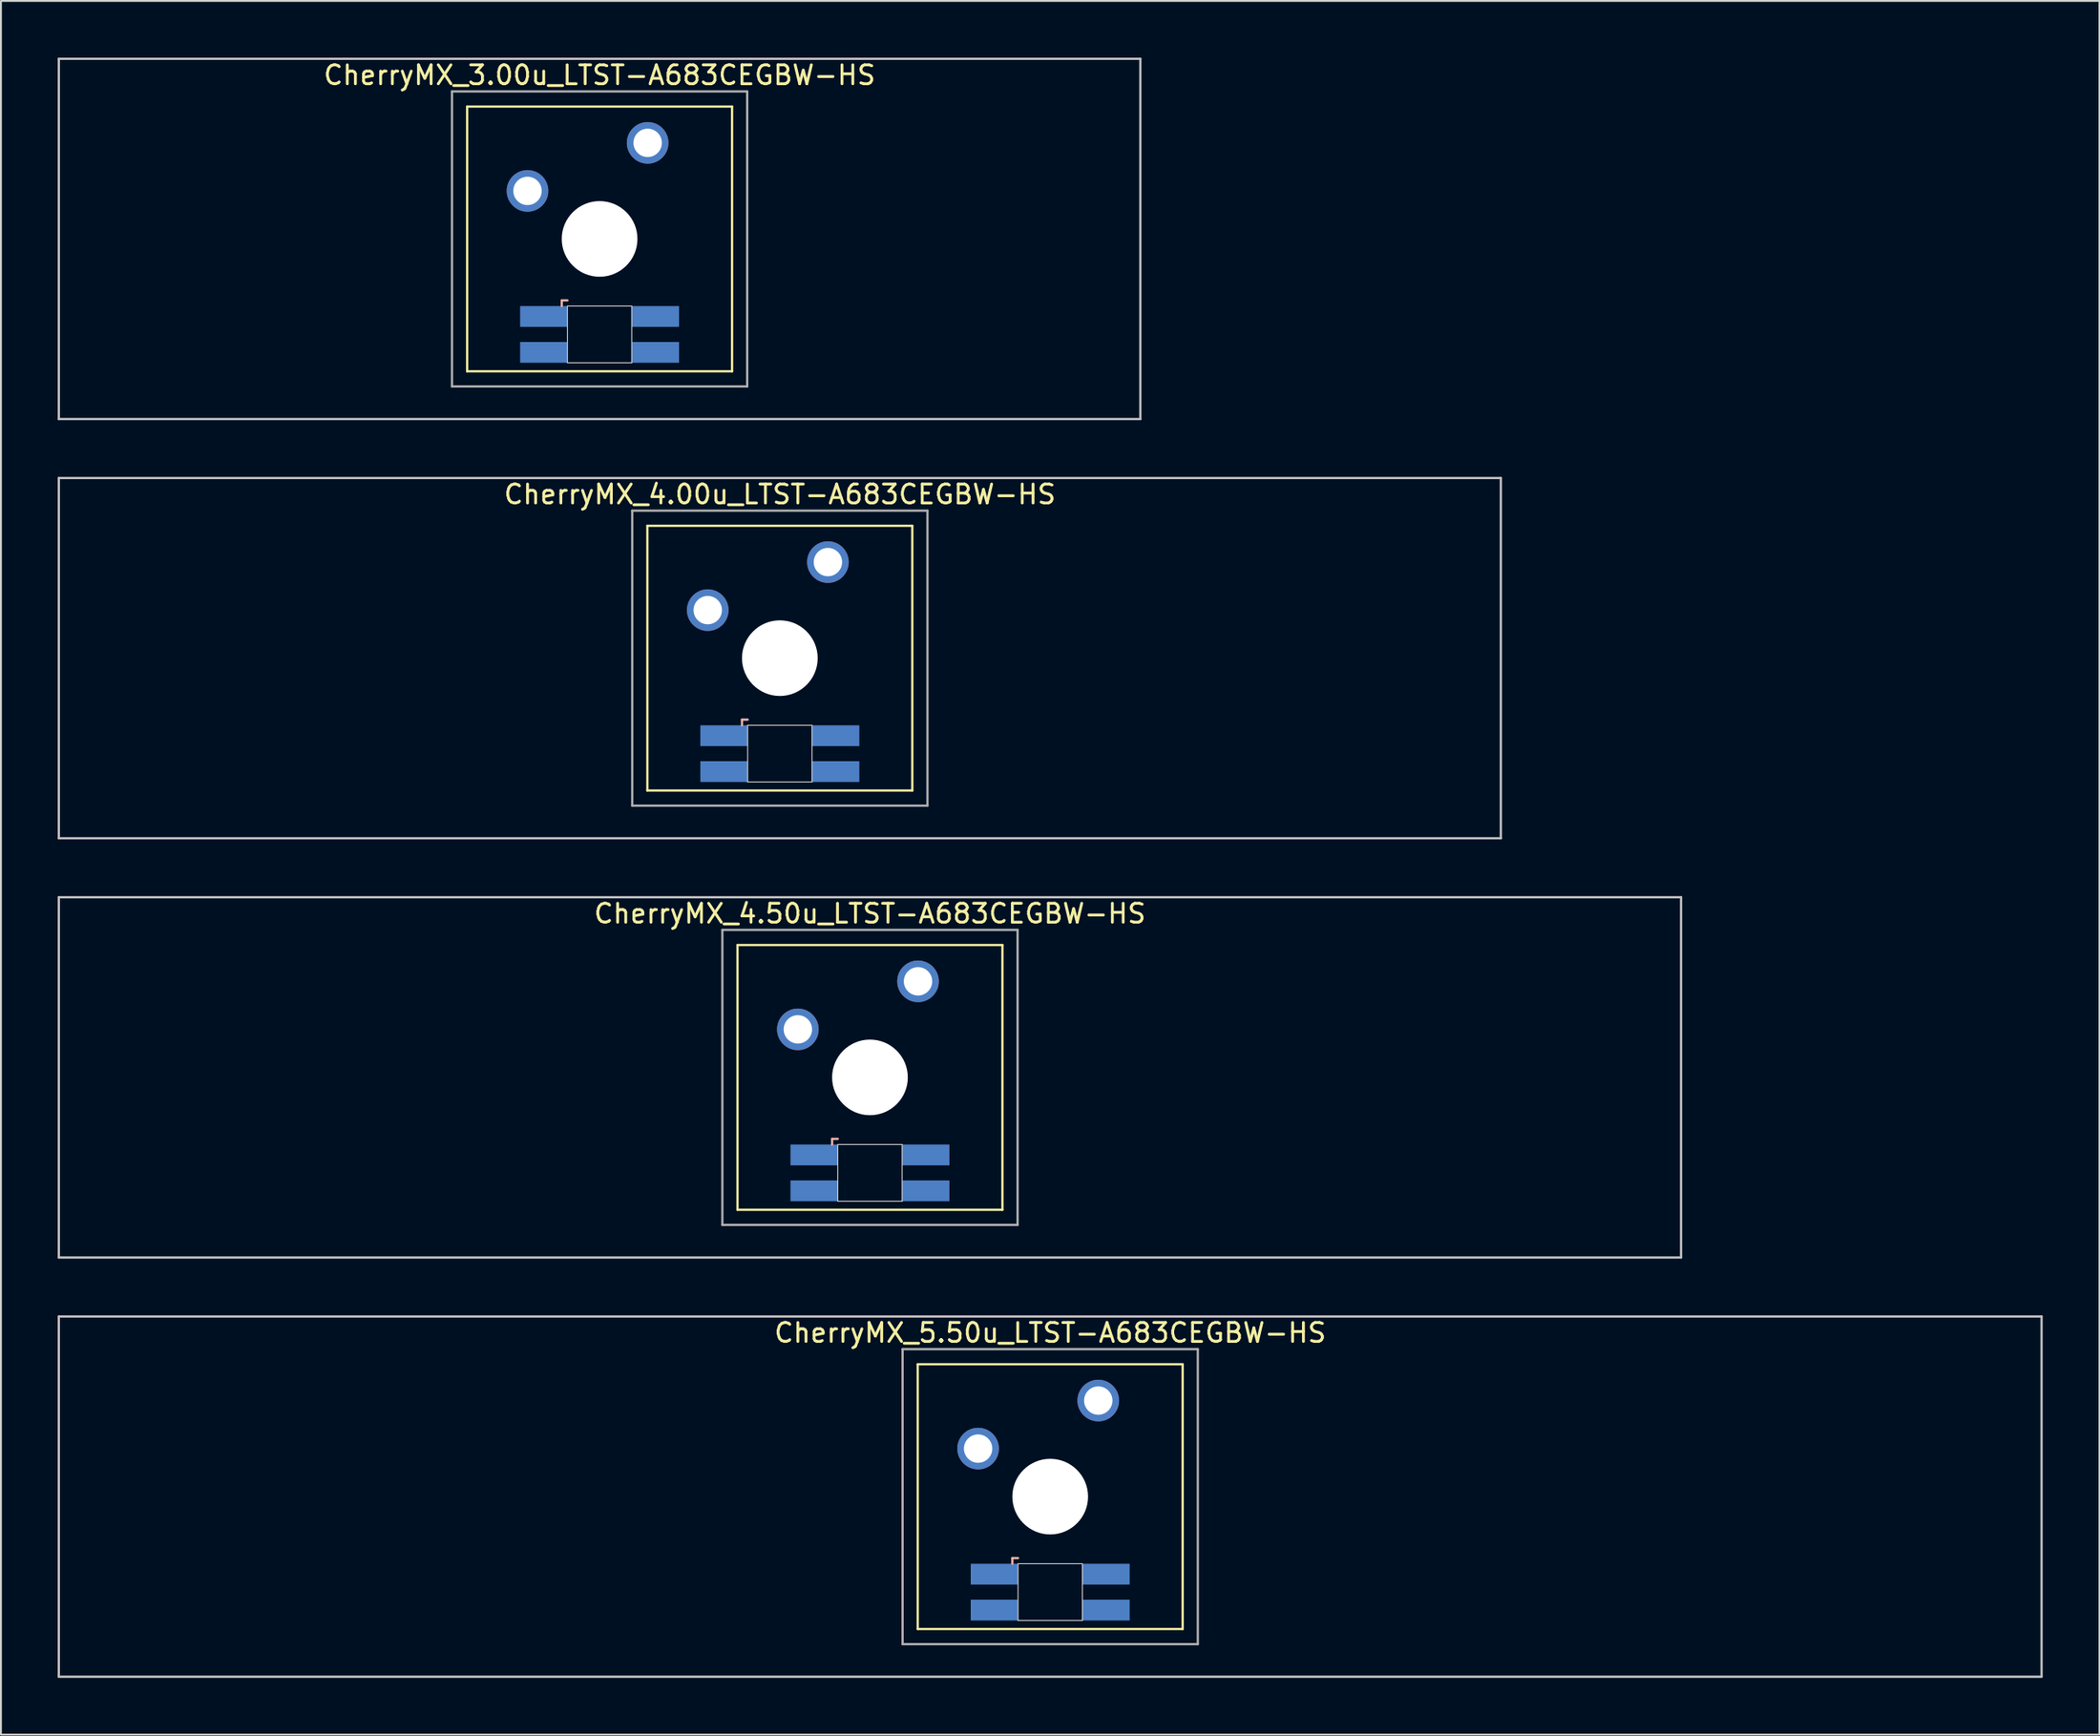
<source format=kicad_pcb>
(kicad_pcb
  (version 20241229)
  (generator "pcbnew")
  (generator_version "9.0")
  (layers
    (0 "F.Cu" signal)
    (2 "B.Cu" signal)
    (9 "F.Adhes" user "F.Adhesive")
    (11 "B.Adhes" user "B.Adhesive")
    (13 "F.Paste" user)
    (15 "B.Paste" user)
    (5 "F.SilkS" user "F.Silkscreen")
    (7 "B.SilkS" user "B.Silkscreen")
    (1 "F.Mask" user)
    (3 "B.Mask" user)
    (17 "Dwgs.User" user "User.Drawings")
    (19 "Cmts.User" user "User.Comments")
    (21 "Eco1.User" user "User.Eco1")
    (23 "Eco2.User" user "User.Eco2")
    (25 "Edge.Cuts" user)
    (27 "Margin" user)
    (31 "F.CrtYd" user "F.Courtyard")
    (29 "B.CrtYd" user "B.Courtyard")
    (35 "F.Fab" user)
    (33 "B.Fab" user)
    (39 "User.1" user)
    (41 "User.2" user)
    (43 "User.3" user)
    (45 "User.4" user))
  (footprint "CherryMX_4.50u_LTST-A683CEGBW-HS"
    (layer "F.Cu")
    (at 42.922 53.925)
    (property "Reference" "CherryMX_4.50u_LTST-A683CEGBW-HS" (at 0 -8.662 0) (layer "F.SilkS") (effects (font (size 1 1) (thickness 0.15))))
    (attr through_hole)
    (fp_line (start -7 -7) (end -7 7) (stroke (width 0.12) (type solid)) (layer "F.SilkS"))
    (fp_line (start -7 -7) (end 7 -7) (stroke (width 0.12) (type solid)) (layer "F.SilkS"))
    (fp_line (start 7 -7) (end 7 7) (stroke (width 0.12) (type solid)) (layer "F.SilkS"))
    (fp_line (start 7 7) (end -7 7) (stroke (width 0.12) (type solid)) (layer "F.SilkS"))
    (fp_line (start -2 3.25) (end -2 3.55) (stroke (width 0.12) (type solid)) (layer "B.SilkS"))
    (fp_line (start -1.7 3.25) (end -2 3.25) (stroke (width 0.12) (type solid)) (layer "B.SilkS"))
    (fp_line (start -42.862 -9.525) (end 42.862 -9.525) (stroke (width 0.12) (type solid)) (layer "Dwgs.User"))
    (fp_line (start -42.862 9.525) (end -42.862 -9.525) (stroke (width 0.12) (type solid)) (layer "Dwgs.User"))
    (fp_line (start 42.862 -9.525) (end 42.862 9.525) (stroke (width 0.12) (type solid)) (layer "Dwgs.User"))
    (fp_line (start 42.862 9.525) (end -42.862 9.525) (stroke (width 0.12) (type solid)) (layer "Dwgs.User"))
    (fp_line (start -1.7 3.55) (end 1.7 3.55) (stroke (width 0.05) (type solid)) (layer "Edge.Cuts"))
    (fp_line (start -1.7 6.55) (end -1.7 3.55) (stroke (width 0.05) (type solid)) (layer "Edge.Cuts"))
    (fp_line (start 1.7 3.55) (end 1.7 6.55) (stroke (width 0.05) (type solid)) (layer "Edge.Cuts"))
    (fp_line (start 1.7 6.55) (end -1.7 6.55) (stroke (width 0.05) (type solid)) (layer "Edge.Cuts"))
    (fp_line (start -7.8 -7.8) (end -7.8 7.8) (stroke (width 0.12) (type solid)) (layer "F.Fab"))
    (fp_line (start -7.8 -7.8) (end 7.8 -7.8) (stroke (width 0.12) (type solid)) (layer "F.Fab"))
    (fp_line (start -7.8 7.8) (end 7.8 7.8) (stroke (width 0.12) (type solid)) (layer "F.Fab"))
    (fp_line (start 7.8 -7.8) (end 7.8 7.8) (stroke (width 0.12) (type solid)) (layer "F.Fab"))
    (pad "" np_thru_hole circle (at 0 0) (size 4 4) (drill 4) (layers "*.Cu" "*.Mask"))
    (pad "1" thru_hole circle (at -3.81 -2.54) (size 2.2 2.2) (drill 1.5) (layers "*.Cu" "*.Mask"))
    (pad "2" thru_hole circle (at 2.54 -5.08) (size 2.2 2.2) (drill 1.5) (layers "*.Cu" "*.Mask"))
    (pad "3" smd rect (at -2.95 4.1) (size 2.5 1.1) (layers "B.Cu" "B.Mask" "B.Paste"))
    (pad "4" smd rect (at -2.95 6) (size 2.5 1.1) (layers "B.Cu" "B.Mask" "B.Paste"))
    (pad "5" smd rect (at 2.95 4.1) (size 2.5 1.1) (layers "B.Cu" "B.Mask" "B.Paste"))
    (pad "6" smd rect (at 2.95 6) (size 2.5 1.1) (layers "B.Cu" "B.Mask" "B.Paste")))
  (footprint "CherryMX_5.50u_LTST-A683CEGBW-HS"
    (layer "F.Cu")
    (at 52.447 76.095)
    (property "Reference" "CherryMX_5.50u_LTST-A683CEGBW-HS" (at 0 -8.662 0) (layer "F.SilkS") (effects (font (size 1 1) (thickness 0.15))))
    (attr through_hole)
    (fp_line (start -7 -7) (end -7 7) (stroke (width 0.12) (type solid)) (layer "F.SilkS"))
    (fp_line (start -7 -7) (end 7 -7) (stroke (width 0.12) (type solid)) (layer "F.SilkS"))
    (fp_line (start 7 -7) (end 7 7) (stroke (width 0.12) (type solid)) (layer "F.SilkS"))
    (fp_line (start 7 7) (end -7 7) (stroke (width 0.12) (type solid)) (layer "F.SilkS"))
    (fp_line (start -2 3.25) (end -2 3.55) (stroke (width 0.12) (type solid)) (layer "B.SilkS"))
    (fp_line (start -1.7 3.25) (end -2 3.25) (stroke (width 0.12) (type solid)) (layer "B.SilkS"))
    (fp_line (start -52.388 -9.525) (end 52.388 -9.525) (stroke (width 0.12) (type solid)) (layer "Dwgs.User"))
    (fp_line (start -52.388 9.525) (end -52.388 -9.525) (stroke (width 0.12) (type solid)) (layer "Dwgs.User"))
    (fp_line (start 52.388 -9.525) (end 52.388 9.525) (stroke (width 0.12) (type solid)) (layer "Dwgs.User"))
    (fp_line (start 52.388 9.525) (end -52.388 9.525) (stroke (width 0.12) (type solid)) (layer "Dwgs.User"))
    (fp_line (start -1.7 3.55) (end 1.7 3.55) (stroke (width 0.05) (type solid)) (layer "Edge.Cuts"))
    (fp_line (start -1.7 6.55) (end -1.7 3.55) (stroke (width 0.05) (type solid)) (layer "Edge.Cuts"))
    (fp_line (start 1.7 3.55) (end 1.7 6.55) (stroke (width 0.05) (type solid)) (layer "Edge.Cuts"))
    (fp_line (start 1.7 6.55) (end -1.7 6.55) (stroke (width 0.05) (type solid)) (layer "Edge.Cuts"))
    (fp_line (start -7.8 -7.8) (end -7.8 7.8) (stroke (width 0.12) (type solid)) (layer "F.Fab"))
    (fp_line (start -7.8 -7.8) (end 7.8 -7.8) (stroke (width 0.12) (type solid)) (layer "F.Fab"))
    (fp_line (start -7.8 7.8) (end 7.8 7.8) (stroke (width 0.12) (type solid)) (layer "F.Fab"))
    (fp_line (start 7.8 -7.8) (end 7.8 7.8) (stroke (width 0.12) (type solid)) (layer "F.Fab"))
    (pad "" np_thru_hole circle (at 0 0) (size 4 4) (drill 4) (layers "*.Cu" "*.Mask"))
    (pad "1" thru_hole circle (at -3.81 -2.54) (size 2.2 2.2) (drill 1.5) (layers "*.Cu" "*.Mask"))
    (pad "2" thru_hole circle (at 2.54 -5.08) (size 2.2 2.2) (drill 1.5) (layers "*.Cu" "*.Mask"))
    (pad "3" smd rect (at -2.95 4.1) (size 2.5 1.1) (layers "B.Cu" "B.Mask" "B.Paste"))
    (pad "4" smd rect (at -2.95 6) (size 2.5 1.1) (layers "B.Cu" "B.Mask" "B.Paste"))
    (pad "5" smd rect (at 2.95 4.1) (size 2.5 1.1) (layers "B.Cu" "B.Mask" "B.Paste"))
    (pad "6" smd rect (at 2.95 6) (size 2.5 1.1) (layers "B.Cu" "B.Mask" "B.Paste")))
  (footprint "CherryMX_3.00u_LTST-A683CEGBW-HS"
    (layer "F.Cu")
    (at 28.635 9.585)
    (property "Reference" "CherryMX_3.00u_LTST-A683CEGBW-HS" (at 0 -8.662 0) (layer "F.SilkS") (effects (font (size 1 1) (thickness 0.15))))
    (attr through_hole)
    (fp_line (start -7 -7) (end -7 7) (stroke (width 0.12) (type solid)) (layer "F.SilkS"))
    (fp_line (start -7 -7) (end 7 -7) (stroke (width 0.12) (type solid)) (layer "F.SilkS"))
    (fp_line (start 7 -7) (end 7 7) (stroke (width 0.12) (type solid)) (layer "F.SilkS"))
    (fp_line (start 7 7) (end -7 7) (stroke (width 0.12) (type solid)) (layer "F.SilkS"))
    (fp_line (start -2 3.25) (end -2 3.55) (stroke (width 0.12) (type solid)) (layer "B.SilkS"))
    (fp_line (start -1.7 3.25) (end -2 3.25) (stroke (width 0.12) (type solid)) (layer "B.SilkS"))
    (fp_line (start -28.575 -9.525) (end 28.575 -9.525) (stroke (width 0.12) (type solid)) (layer "Dwgs.User"))
    (fp_line (start -28.575 9.525) (end -28.575 -9.525) (stroke (width 0.12) (type solid)) (layer "Dwgs.User"))
    (fp_line (start 28.575 -9.525) (end 28.575 9.525) (stroke (width 0.12) (type solid)) (layer "Dwgs.User"))
    (fp_line (start 28.575 9.525) (end -28.575 9.525) (stroke (width 0.12) (type solid)) (layer "Dwgs.User"))
    (fp_line (start -1.7 3.55) (end 1.7 3.55) (stroke (width 0.05) (type solid)) (layer "Edge.Cuts"))
    (fp_line (start -1.7 6.55) (end -1.7 3.55) (stroke (width 0.05) (type solid)) (layer "Edge.Cuts"))
    (fp_line (start 1.7 3.55) (end 1.7 6.55) (stroke (width 0.05) (type solid)) (layer "Edge.Cuts"))
    (fp_line (start 1.7 6.55) (end -1.7 6.55) (stroke (width 0.05) (type solid)) (layer "Edge.Cuts"))
    (fp_line (start -7.8 -7.8) (end -7.8 7.8) (stroke (width 0.12) (type solid)) (layer "F.Fab"))
    (fp_line (start -7.8 -7.8) (end 7.8 -7.8) (stroke (width 0.12) (type solid)) (layer "F.Fab"))
    (fp_line (start -7.8 7.8) (end 7.8 7.8) (stroke (width 0.12) (type solid)) (layer "F.Fab"))
    (fp_line (start 7.8 -7.8) (end 7.8 7.8) (stroke (width 0.12) (type solid)) (layer "F.Fab"))
    (pad "" np_thru_hole circle (at 0 0) (size 4 4) (drill 4) (layers "*.Cu" "*.Mask"))
    (pad "1" thru_hole circle (at -3.81 -2.54) (size 2.2 2.2) (drill 1.5) (layers "*.Cu" "*.Mask"))
    (pad "2" thru_hole circle (at 2.54 -5.08) (size 2.2 2.2) (drill 1.5) (layers "*.Cu" "*.Mask"))
    (pad "3" smd rect (at -2.95 4.1) (size 2.5 1.1) (layers "B.Cu" "B.Mask" "B.Paste"))
    (pad "4" smd rect (at -2.95 6) (size 2.5 1.1) (layers "B.Cu" "B.Mask" "B.Paste"))
    (pad "5" smd rect (at 2.95 4.1) (size 2.5 1.1) (layers "B.Cu" "B.Mask" "B.Paste"))
    (pad "6" smd rect (at 2.95 6) (size 2.5 1.1) (layers "B.Cu" "B.Mask" "B.Paste")))
  (footprint "CherryMX_4.00u_LTST-A683CEGBW-HS"
    (layer "F.Cu")
    (at 38.16 31.755)
    (property "Reference" "CherryMX_4.00u_LTST-A683CEGBW-HS" (at 0 -8.662 0) (layer "F.SilkS") (effects (font (size 1 1) (thickness 0.15))))
    (attr through_hole)
    (fp_line (start -7 -7) (end -7 7) (stroke (width 0.12) (type solid)) (layer "F.SilkS"))
    (fp_line (start -7 -7) (end 7 -7) (stroke (width 0.12) (type solid)) (layer "F.SilkS"))
    (fp_line (start 7 -7) (end 7 7) (stroke (width 0.12) (type solid)) (layer "F.SilkS"))
    (fp_line (start 7 7) (end -7 7) (stroke (width 0.12) (type solid)) (layer "F.SilkS"))
    (fp_line (start -2 3.25) (end -2 3.55) (stroke (width 0.12) (type solid)) (layer "B.SilkS"))
    (fp_line (start -1.7 3.25) (end -2 3.25) (stroke (width 0.12) (type solid)) (layer "B.SilkS"))
    (fp_line (start -38.1 -9.525) (end 38.1 -9.525) (stroke (width 0.12) (type solid)) (layer "Dwgs.User"))
    (fp_line (start -38.1 9.525) (end -38.1 -9.525) (stroke (width 0.12) (type solid)) (layer "Dwgs.User"))
    (fp_line (start 38.1 -9.525) (end 38.1 9.525) (stroke (width 0.12) (type solid)) (layer "Dwgs.User"))
    (fp_line (start 38.1 9.525) (end -38.1 9.525) (stroke (width 0.12) (type solid)) (layer "Dwgs.User"))
    (fp_line (start -1.7 3.55) (end 1.7 3.55) (stroke (width 0.05) (type solid)) (layer "Edge.Cuts"))
    (fp_line (start -1.7 6.55) (end -1.7 3.55) (stroke (width 0.05) (type solid)) (layer "Edge.Cuts"))
    (fp_line (start 1.7 3.55) (end 1.7 6.55) (stroke (width 0.05) (type solid)) (layer "Edge.Cuts"))
    (fp_line (start 1.7 6.55) (end -1.7 6.55) (stroke (width 0.05) (type solid)) (layer "Edge.Cuts"))
    (fp_line (start -7.8 -7.8) (end -7.8 7.8) (stroke (width 0.12) (type solid)) (layer "F.Fab"))
    (fp_line (start -7.8 -7.8) (end 7.8 -7.8) (stroke (width 0.12) (type solid)) (layer "F.Fab"))
    (fp_line (start -7.8 7.8) (end 7.8 7.8) (stroke (width 0.12) (type solid)) (layer "F.Fab"))
    (fp_line (start 7.8 -7.8) (end 7.8 7.8) (stroke (width 0.12) (type solid)) (layer "F.Fab"))
    (pad "" np_thru_hole circle (at 0 0) (size 4 4) (drill 4) (layers "*.Cu" "*.Mask"))
    (pad "1" thru_hole circle (at -3.81 -2.54) (size 2.2 2.2) (drill 1.5) (layers "*.Cu" "*.Mask"))
    (pad "2" thru_hole circle (at 2.54 -5.08) (size 2.2 2.2) (drill 1.5) (layers "*.Cu" "*.Mask"))
    (pad "3" smd rect (at -2.95 4.1) (size 2.5 1.1) (layers "B.Cu" "B.Mask" "B.Paste"))
    (pad "4" smd rect (at -2.95 6) (size 2.5 1.1) (layers "B.Cu" "B.Mask" "B.Paste"))
    (pad "5" smd rect (at 2.95 4.1) (size 2.5 1.1) (layers "B.Cu" "B.Mask" "B.Paste"))
    (pad "6" smd rect (at 2.95 6) (size 2.5 1.1) (layers "B.Cu" "B.Mask" "B.Paste")))
  (gr_rect
    (start -3 -3)
    (end 107.895 88.68)
    (stroke (width 0.1) (type default))
    (fill no)
    (layer "Edge.Cuts")))
</source>
